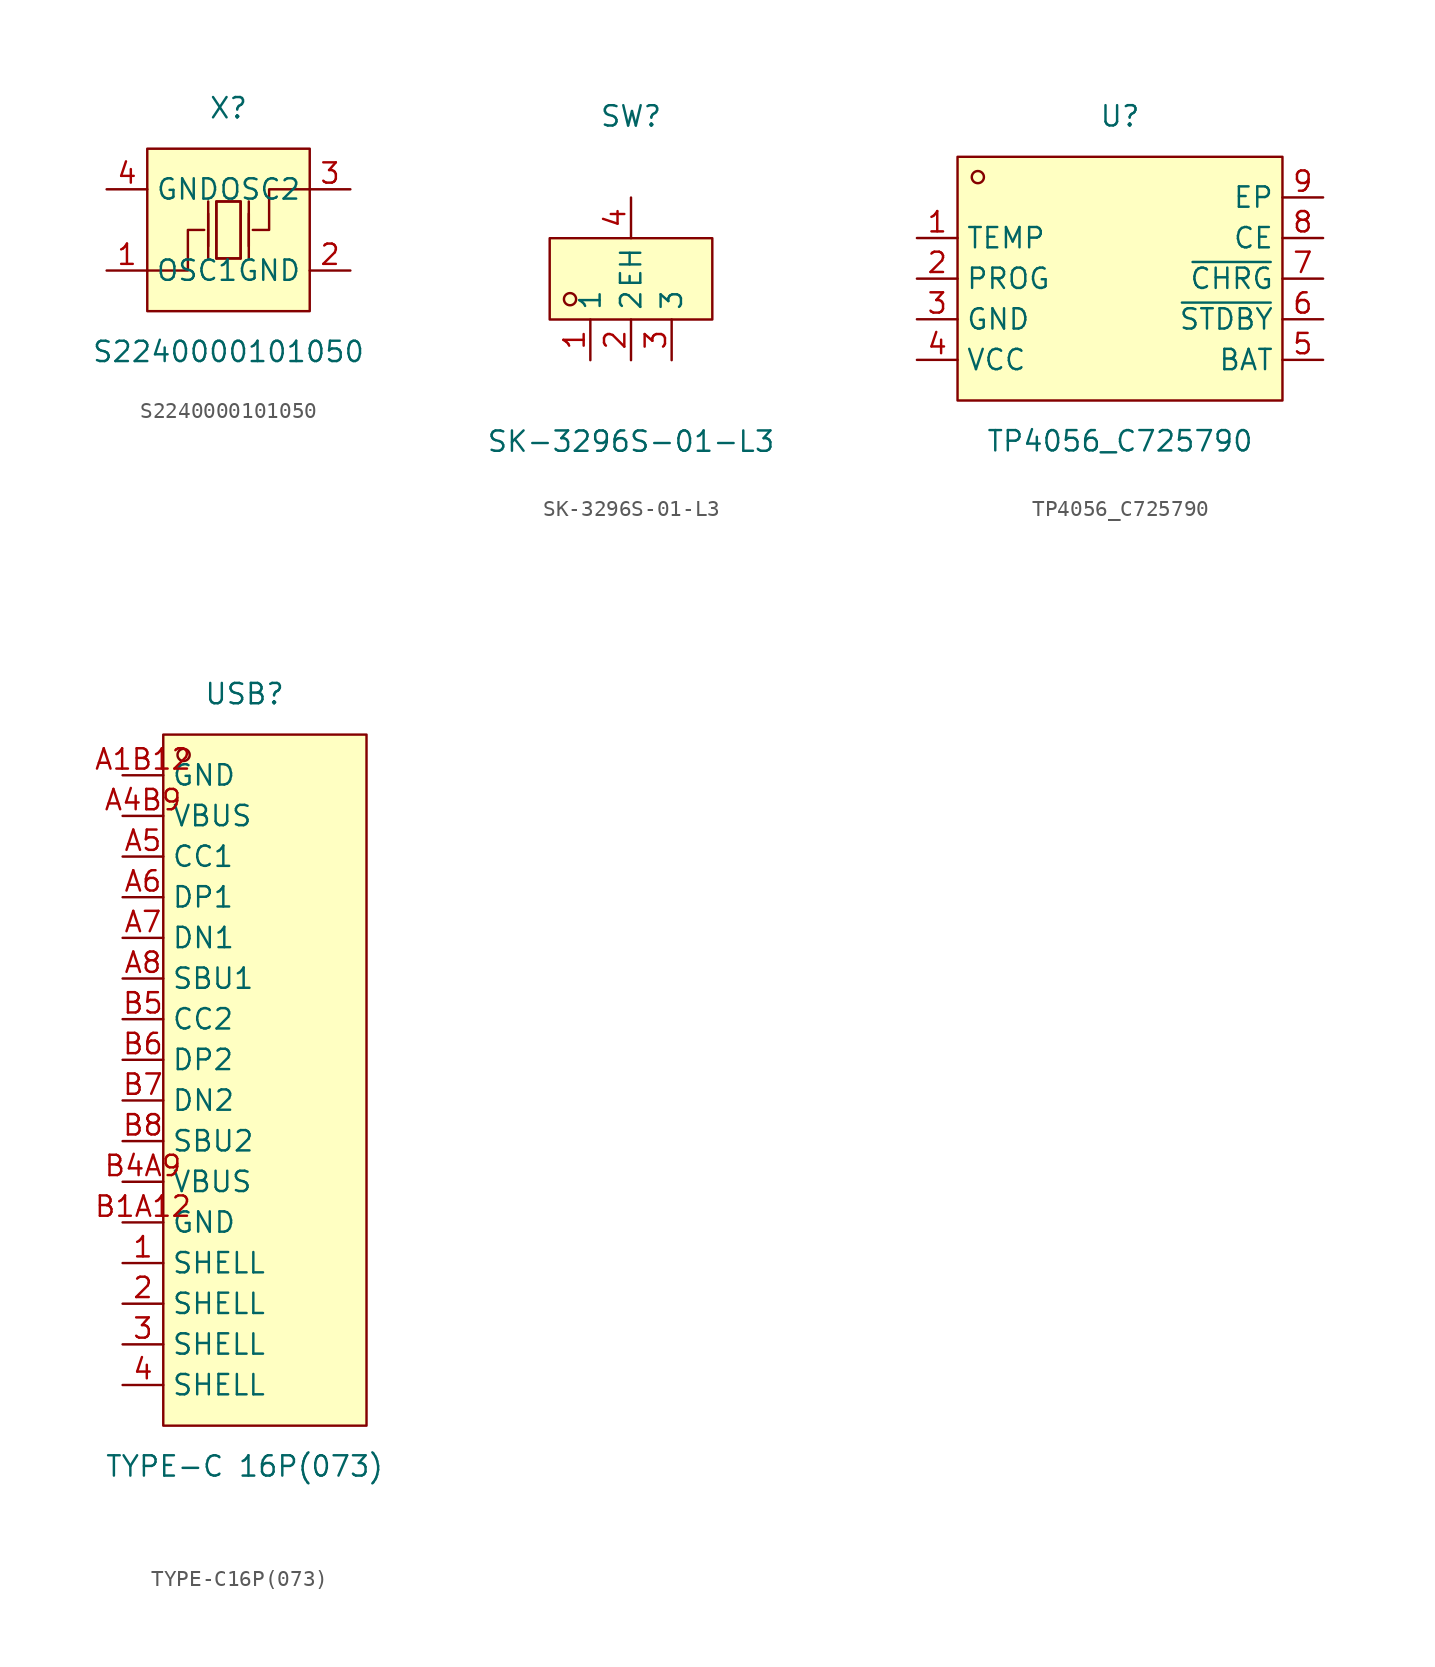
<source format=kicad_sym>
(kicad_symbol_lib
  (version 20211014)
  (generator https://github.com/uPesy/easyeda2kicad.py)
  (symbol "S2240000101050"
    (property "Reference" "X"
      (at 0 7.62 0)
      (effects (font (size 1.27 1.27))))
    (property "Value" "S2240000101050"
      (at 0 -7.62 0)
      (effects (font (size 1.27 1.27))))
    (symbol "S2240000101050_0_1"
      (rectangle (start -5.08 5.08) (end 5.08 -5.08) (stroke (width 0) (type default) (color 0 0 0 0)) (fill (type background)))
      (polyline (pts (xy -1.27 -1.02) (xy -1.27 1.02)) (stroke (width 0) (type default) (color 0 0 0 0)) (fill (type none)))
      (polyline (pts (xy 0.76 -1.78) (xy -0.76 -1.78)) (stroke (width 0) (type default) (color 0 0 0 0)) (fill (type none)))
      (polyline (pts (xy 1.27 -1.02) (xy 1.27 1.02)) (stroke (width 0) (type default) (color 0 0 0 0)) (fill (type none)))
      (polyline (pts (xy -0.76 -1.78) (xy -0.76 1.78) (xy 0.76 1.78) (xy 0.76 -1.78)) (stroke (width 0) (type default) (color 0 0 0 0)) (fill (type none)))
      (polyline (pts (xy 5.08 2.54) (xy 2.54 2.54) (xy 2.54 -0.00) (xy 1.52 -0.00)) (stroke (width 0) (type default) (color 0 0 0 0)) (fill (type none)))
      (polyline (pts (xy -5.08 -2.54) (xy -2.54 -2.54) (xy -2.54 -0.00) (xy -1.52 -0.00)) (stroke (width 0) (type default) (color 0 0 0 0)) (fill (type none)))
      (polyline (pts (xy 1.27 -1.78) (xy 1.27 1.78)) (stroke (width 0) (type default) (color 0 0 0 0)) (fill (type none)))
      (polyline (pts (xy -1.27 -1.78) (xy -1.27 1.78)) (stroke (width 0) (type default) (color 0 0 0 0)) (fill (type none)))
      (polyline (pts (xy 0.76 1.78) (xy 0.76 -1.78) (xy -0.76 -1.78) (xy -0.76 1.78) (xy 0.76 1.78)) (stroke (width 0) (type default) (color 0 0 0 0)) (fill (type background)))
      (pin unspecified line (at -7.62 2.54 0) (length 2.54) (name "GND" (effects (font (size 1.27 1.27)))) (number "4" (effects (font (size 1.27 1.27)))))
      (pin unspecified line (at 7.62 -2.54 180) (length 2.54) (name "GND" (effects (font (size 1.27 1.27)))) (number "2" (effects (font (size 1.27 1.27)))))
      (pin unspecified line (at -7.62 -2.54 0) (length 2.54) (name "OSC1" (effects (font (size 1.27 1.27)))) (number "1" (effects (font (size 1.27 1.27)))))
      (pin unspecified line (at 7.62 2.54 180) (length 2.54) (name "OSC2" (effects (font (size 1.27 1.27)))) (number "3" (effects (font (size 1.27 1.27)))))))
  (symbol "SK-3296S-01-L3"
    (property "Reference" "SW"
      (at 0 10.16 0)
      (effects (font (size 1.27 1.27))))
    (property "Value" "SK-3296S-01-L3"
      (at 0 -10.16 0)
      (effects (font (size 1.27 1.27))))
    (symbol "SK-3296S-01-L3_0_1"
      (rectangle (start -5.08 2.54) (end 5.08 -2.54) (stroke (width 0) (type default) (color 0 0 0 0)) (fill (type background)))
      (circle (center -3.81 -1.27) (radius 0.38) (stroke (width 0) (type default) (color 0 0 0 0)) (fill (type none)))
      (pin unspecified line (at -2.54 -5.08 90) (length 2.54) (name "1" (effects (font (size 1.27 1.27)))) (number "1" (effects (font (size 1.27 1.27)))))
      (pin unspecified line (at 0.00 -5.08 90) (length 2.54) (name "2" (effects (font (size 1.27 1.27)))) (number "2" (effects (font (size 1.27 1.27)))))
      (pin unspecified line (at 2.54 -5.08 90) (length 2.54) (name "3" (effects (font (size 1.27 1.27)))) (number "3" (effects (font (size 1.27 1.27)))))
      (pin unspecified line (at 0.00 5.08 270) (length 2.54) (name "EH" (effects (font (size 1.27 1.27)))) (number "4" (effects (font (size 1.27 1.27)))))))
  (symbol "TP4056_C725790"
    (property "Reference" "U"
      (at 0 10.16 0)
      (effects (font (size 1.27 1.27))))
    (property "Value" "TP4056_C725790"
      (at 0 -10.16 0)
      (effects (font (size 1.27 1.27))))
    (symbol "TP4056_C725790_0_1"
      (rectangle (start -10.16 7.62) (end 10.16 -7.62) (stroke (width 0) (type default) (color 0 0 0 0)) (fill (type background)))
      (circle (center -8.89 6.35) (radius 0.38) (stroke (width 0) (type default) (color 0 0 0 0)) (fill (type none)))
      (pin unspecified line (at -12.70 2.54 0) (length 2.54) (name "TEMP" (effects (font (size 1.27 1.27)))) (number "1" (effects (font (size 1.27 1.27)))))
      (pin unspecified line (at -12.70 -0.00 0) (length 2.54) (name "PROG" (effects (font (size 1.27 1.27)))) (number "2" (effects (font (size 1.27 1.27)))))
      (pin unspecified line (at -12.70 -2.54 0) (length 2.54) (name "GND" (effects (font (size 1.27 1.27)))) (number "3" (effects (font (size 1.27 1.27)))))
      (pin unspecified line (at -12.70 -5.08 0) (length 2.54) (name "VCC" (effects (font (size 1.27 1.27)))) (number "4" (effects (font (size 1.27 1.27)))))
      (pin unspecified line (at 12.70 -5.08 180) (length 2.54) (name "BAT" (effects (font (size 1.27 1.27)))) (number "5" (effects (font (size 1.27 1.27)))))
      (pin unspecified line (at 12.70 -2.54 180) (length 2.54) (name "~{STDBY}" (effects (font (size 1.27 1.27)))) (number "6" (effects (font (size 1.27 1.27)))))
      (pin unspecified line (at 12.70 -0.00 180) (length 2.54) (name "~{CHRG}" (effects (font (size 1.27 1.27)))) (number "7" (effects (font (size 1.27 1.27)))))
      (pin unspecified line (at 12.70 2.54 180) (length 2.54) (name "CE" (effects (font (size 1.27 1.27)))) (number "8" (effects (font (size 1.27 1.27)))))
      (pin unspecified line (at 12.70 5.08 180) (length 2.54) (name "EP" (effects (font (size 1.27 1.27)))) (number "9" (effects (font (size 1.27 1.27)))))))
  (symbol "TYPE-C16P(073)"
    (property "Reference" "USB"
      (at 0 25.40 0)
      (effects (font (size 1.27 1.27))))
    (property "Value" "TYPE-C 16P(073)"
      (at 0 -22.86 0)
      (effects (font (size 1.27 1.27))))
    (symbol "TYPE-C16P(073)_0_1"
      (rectangle (start -5.08 22.86) (end 7.62 -20.32) (stroke (width 0) (type default) (color 0 0 0 0)) (fill (type background)))
      (circle (center -3.81 21.59) (radius 0.38) (stroke (width 0) (type default) (color 0 0 0 0)) (fill (type none)))
      (pin unspecified line (at -7.62 -17.78 0) (length 2.54) (name "SHELL" (effects (font (size 1.27 1.27)))) (number "4" (effects (font (size 1.27 1.27)))))
      (pin unspecified line (at -7.62 -15.24 0) (length 2.54) (name "SHELL" (effects (font (size 1.27 1.27)))) (number "3" (effects (font (size 1.27 1.27)))))
      (pin unspecified line (at -7.62 -12.70 0) (length 2.54) (name "SHELL" (effects (font (size 1.27 1.27)))) (number "2" (effects (font (size 1.27 1.27)))))
      (pin unspecified line (at -7.62 -10.16 0) (length 2.54) (name "SHELL" (effects (font (size 1.27 1.27)))) (number "1" (effects (font (size 1.27 1.27)))))
      (pin unspecified line (at -7.62 -7.62 0) (length 2.54) (name "GND" (effects (font (size 1.27 1.27)))) (number "B1A12" (effects (font (size 1.27 1.27)))))
      (pin unspecified line (at -7.62 -5.08 0) (length 2.54) (name "VBUS" (effects (font (size 1.27 1.27)))) (number "B4A9" (effects (font (size 1.27 1.27)))))
      (pin unspecified line (at -7.62 -2.54 0) (length 2.54) (name "SBU2" (effects (font (size 1.27 1.27)))) (number "B8" (effects (font (size 1.27 1.27)))))
      (pin unspecified line (at -7.62 -0.00 0) (length 2.54) (name "DN2" (effects (font (size 1.27 1.27)))) (number "B7" (effects (font (size 1.27 1.27)))))
      (pin unspecified line (at -7.62 2.54 0) (length 2.54) (name "DP2" (effects (font (size 1.27 1.27)))) (number "B6" (effects (font (size 1.27 1.27)))))
      (pin unspecified line (at -7.62 5.08 0) (length 2.54) (name "CC2" (effects (font (size 1.27 1.27)))) (number "B5" (effects (font (size 1.27 1.27)))))
      (pin unspecified line (at -7.62 7.62 0) (length 2.54) (name "SBU1" (effects (font (size 1.27 1.27)))) (number "A8" (effects (font (size 1.27 1.27)))))
      (pin unspecified line (at -7.62 10.16 0) (length 2.54) (name "DN1" (effects (font (size 1.27 1.27)))) (number "A7" (effects (font (size 1.27 1.27)))))
      (pin unspecified line (at -7.62 12.70 0) (length 2.54) (name "DP1" (effects (font (size 1.27 1.27)))) (number "A6" (effects (font (size 1.27 1.27)))))
      (pin unspecified line (at -7.62 15.24 0) (length 2.54) (name "CC1" (effects (font (size 1.27 1.27)))) (number "A5" (effects (font (size 1.27 1.27)))))
      (pin unspecified line (at -7.62 17.78 0) (length 2.54) (name "VBUS" (effects (font (size 1.27 1.27)))) (number "A4B9" (effects (font (size 1.27 1.27)))))
      (pin unspecified line (at -7.62 20.32 0) (length 2.54) (name "GND" (effects (font (size 1.27 1.27)))) (number "A1B12" (effects (font (size 1.27 1.27))))))))
</source>
